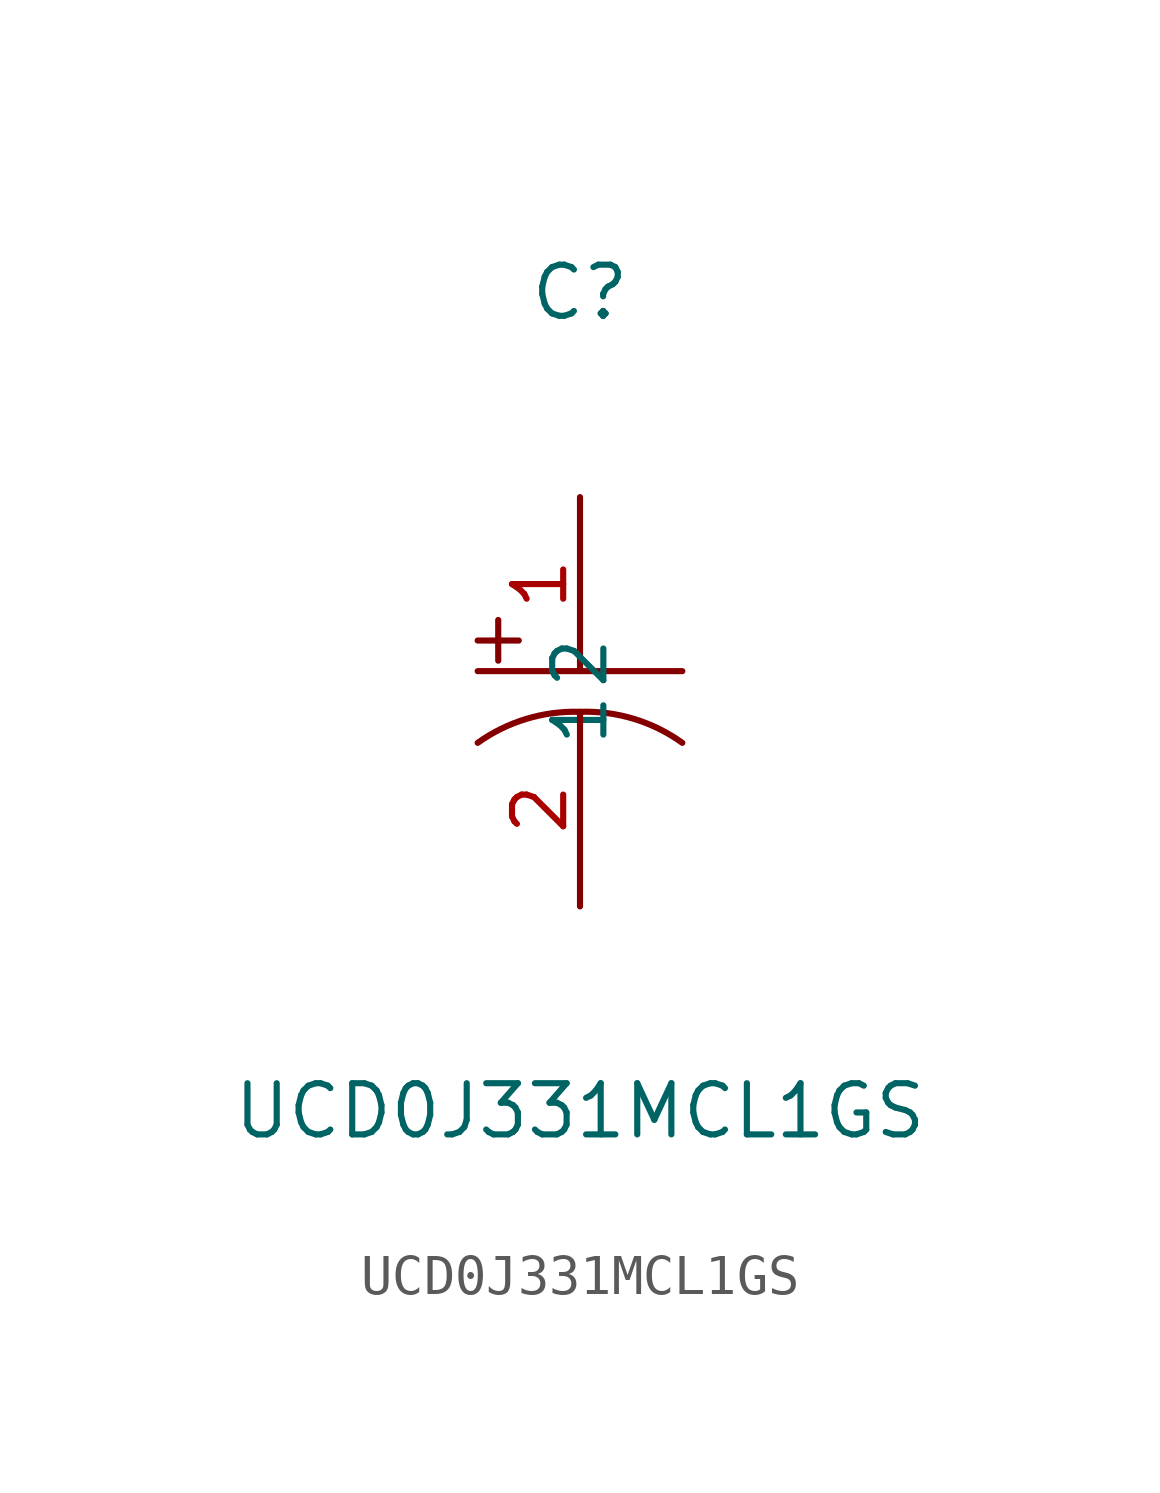
<source format=kicad_sym>
(kicad_symbol_lib
  (version 20220914)
  (generator kicad_symbol_editor)
  (symbol "UCD0J331MCL1GS"
    (property "Reference" "C"
      (at 0 10.16 0)
      (effects (font (size 1.27 1.27))))
    (property "Value" "UCD0J331MCL1GS"
      (at 0 -10.16 0)
      (effects (font (size 1.27 1.27))))
    (symbol "UCD0J331MCL1GS_0_1"
      (rectangle (start -2.54 1.52) (end -1.52 1.52) (stroke (width 0) (type default)) (fill (type background)))
      (rectangle (start -2.03 2.03) (end -2.03 1.02) (stroke (width 0) (type default)) (fill (type background)))
      (arc (start 0 -0.25) (mid -1.3336 -0.4253) (end -2.54 -1.02) (stroke (width 0) (type default)) (fill (type none)))
      (polyline (pts (xy -2.54 0.76) (xy 2.54 0.76)) (stroke (width 0) (type default)) (fill (type none)))
      (arc (start 2.54 -1.02) (mid 1.334 -0.4238) (end 0 -0.25) (stroke (width 0) (type default)) (fill (type none))))
    (symbol "UCD0J331MCL1GS_1_1"
      (pin passive line (at 0 5.08 270) (length 4.318) (name "1" (effects (font (size 1.27 1.27)))) (number "1" (effects (font (size 1.27 1.27)))))
      (pin passive line (at 0 -5.08 90) (length 4.826) (name "2" (effects (font (size 1.27 1.27)))) (number "2" (effects (font (size 1.27 1.27))))))))
</source>
